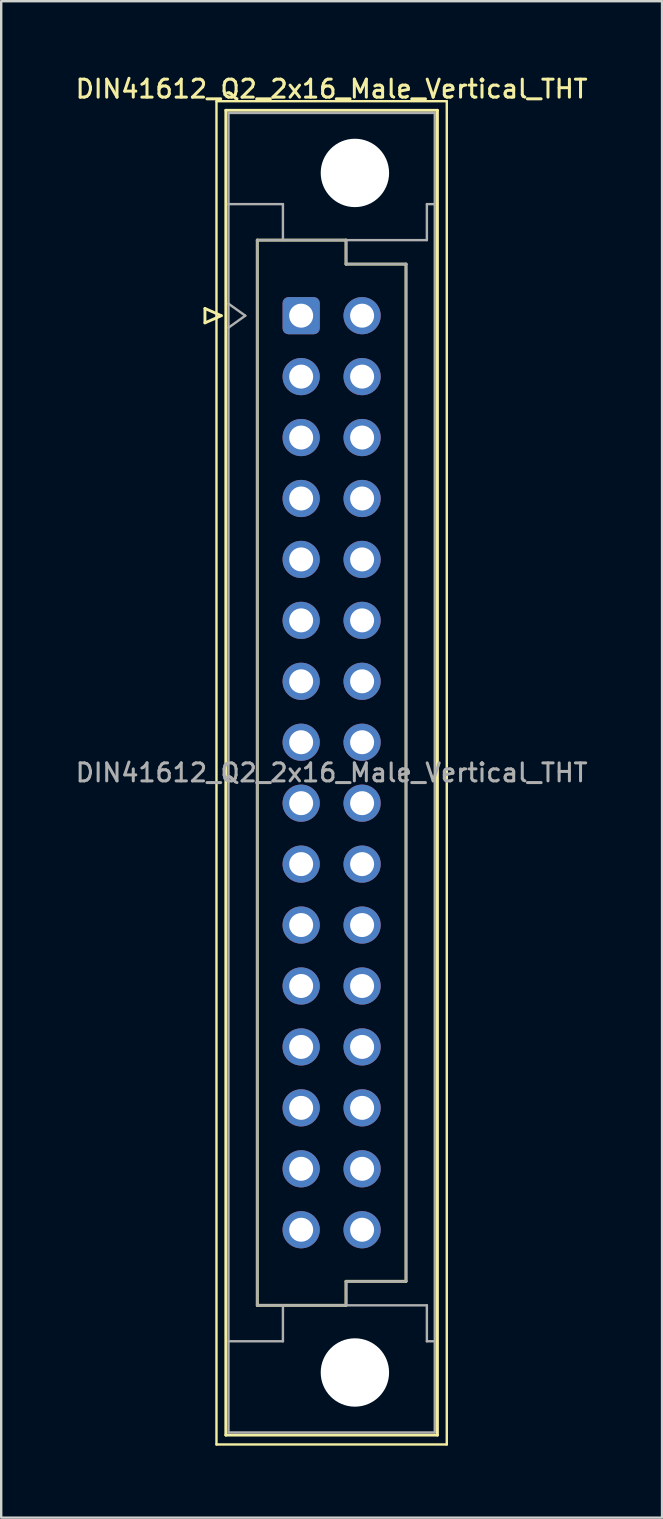
<source format=kicad_pcb>
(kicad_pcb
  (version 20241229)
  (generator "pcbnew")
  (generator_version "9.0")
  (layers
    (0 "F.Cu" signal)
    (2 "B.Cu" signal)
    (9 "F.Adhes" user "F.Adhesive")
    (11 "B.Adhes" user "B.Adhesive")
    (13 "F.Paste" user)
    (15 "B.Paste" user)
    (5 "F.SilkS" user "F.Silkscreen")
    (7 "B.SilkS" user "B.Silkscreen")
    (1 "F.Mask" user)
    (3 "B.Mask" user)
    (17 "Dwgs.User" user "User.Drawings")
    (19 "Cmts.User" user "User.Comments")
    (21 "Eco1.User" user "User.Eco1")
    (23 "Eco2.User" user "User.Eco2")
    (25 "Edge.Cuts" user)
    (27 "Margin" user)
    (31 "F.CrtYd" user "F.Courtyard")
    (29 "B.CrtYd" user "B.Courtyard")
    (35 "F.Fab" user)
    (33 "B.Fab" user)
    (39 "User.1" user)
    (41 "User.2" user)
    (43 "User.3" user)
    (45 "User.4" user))
  (footprint "DIN41612_Q2_2x16_Male_Vertical_THT"
    (layer "F.Cu")
    (at 9.503 10.108)
    (property "Reference" "DIN41612_Q2_2x16_Male_Vertical_THT" (at 1.27 -9.45 0) (layer "F.SilkS") (effects (font (size 0.75 0.75) (thickness 0.125))))
    (attr through_hole)
    (fp_line (start -4.01 -0.3) (end -4.01 0.3) (stroke (width 0.12) (type solid)) (layer "F.SilkS"))
    (fp_line (start -4.01 0.3) (end -3.33 0) (stroke (width 0.12) (type solid)) (layer "F.SilkS"))
    (fp_line (start -3.53 -8.94) (end 6.07 -8.94) (stroke (width 0.1) (type solid)) (layer "F.SilkS"))
    (fp_line (start -3.53 47.05) (end -3.53 -8.94) (stroke (width 0.1) (type solid)) (layer "F.SilkS"))
    (fp_line (start -3.33 0) (end -4.01 -0.3) (stroke (width 0.12) (type solid)) (layer "F.SilkS"))
    (fp_line (start -3.14 -8.56) (end 5.68 -8.56) (stroke (width 0.12) (type solid)) (layer "F.SilkS"))
    (fp_line (start -3.14 46.66) (end -3.14 -8.56) (stroke (width 0.12) (type solid)) (layer "F.SilkS"))
    (fp_line (start -1.83 -3.15) (end 1.87 -3.15) (stroke (width 0.12) (type solid)) (layer "F.SilkS"))
    (fp_line (start -1.83 41.25) (end -1.83 -3.15) (stroke (width 0.12) (type solid)) (layer "F.SilkS"))
    (fp_line (start 1.87 -3.15) (end 1.87 -2.15) (stroke (width 0.12) (type solid)) (layer "F.SilkS"))
    (fp_line (start 1.87 -2.15) (end 4.37 -2.15) (stroke (width 0.12) (type solid)) (layer "F.SilkS"))
    (fp_line (start 1.87 40.25) (end 1.87 41.25) (stroke (width 0.12) (type solid)) (layer "F.SilkS"))
    (fp_line (start 1.87 41.25) (end -1.83 41.25) (stroke (width 0.12) (type solid)) (layer "F.SilkS"))
    (fp_line (start 4.37 -2.15) (end 4.37 40.25) (stroke (width 0.12) (type solid)) (layer "F.SilkS"))
    (fp_line (start 4.37 40.25) (end 1.87 40.25) (stroke (width 0.12) (type solid)) (layer "F.SilkS"))
    (fp_line (start 5.68 -8.56) (end 5.68 46.66) (stroke (width 0.12) (type solid)) (layer "F.SilkS"))
    (fp_line (start 5.68 46.66) (end -3.14 46.66) (stroke (width 0.12) (type solid)) (layer "F.SilkS"))
    (fp_line (start 6.07 -8.94) (end 6.07 47.05) (stroke (width 0.1) (type solid)) (layer "F.SilkS"))
    (fp_line (start 6.07 47.05) (end -3.53 47.05) (stroke (width 0.1) (type solid)) (layer "F.SilkS"))
    (fp_line (start -3.03 -8.45) (end 5.57 -8.45) (stroke (width 0.1) (type solid)) (layer "F.Fab"))
    (fp_line (start -3.03 -4.65) (end -0.76 -4.65) (stroke (width 0.1) (type solid)) (layer "F.Fab"))
    (fp_line (start -3.03 -0.5) (end -2.33 0) (stroke (width 0.1) (type solid)) (layer "F.Fab"))
    (fp_line (start -3.03 42.75) (end -0.76 42.75) (stroke (width 0.1) (type solid)) (layer "F.Fab"))
    (fp_line (start -3.03 46.55) (end -3.03 -8.45) (stroke (width 0.1) (type solid)) (layer "F.Fab"))
    (fp_line (start -2.33 0) (end -3.03 0.5) (stroke (width 0.1) (type solid)) (layer "F.Fab"))
    (fp_line (start -1.83 -3.15) (end 1.87 -3.15) (stroke (width 0.1) (type solid)) (layer "F.Fab"))
    (fp_line (start -1.83 41.25) (end -1.83 -3.15) (stroke (width 0.1) (type solid)) (layer "F.Fab"))
    (fp_line (start -0.76 -4.65) (end -0.76 -3.15) (stroke (width 0.1) (type solid)) (layer "F.Fab"))
    (fp_line (start -0.76 42.75) (end -0.76 41.25) (stroke (width 0.1) (type solid)) (layer "F.Fab"))
    (fp_line (start 1.87 -3.15) (end 1.87 -2.15) (stroke (width 0.1) (type solid)) (layer "F.Fab"))
    (fp_line (start 1.87 -3.15) (end 5.24 -3.15) (stroke (width 0.1) (type solid)) (layer "F.Fab"))
    (fp_line (start 1.87 -2.15) (end 4.37 -2.15) (stroke (width 0.1) (type solid)) (layer "F.Fab"))
    (fp_line (start 1.87 40.25) (end 1.87 41.25) (stroke (width 0.1) (type solid)) (layer "F.Fab"))
    (fp_line (start 1.87 41.25) (end -1.83 41.25) (stroke (width 0.1) (type solid)) (layer "F.Fab"))
    (fp_line (start 1.87 41.25) (end 5.24 41.25) (stroke (width 0.1) (type solid)) (layer "F.Fab"))
    (fp_line (start 4.37 -2.15) (end 4.37 40.25) (stroke (width 0.1) (type solid)) (layer "F.Fab"))
    (fp_line (start 4.37 40.25) (end 1.87 40.25) (stroke (width 0.1) (type solid)) (layer "F.Fab"))
    (fp_line (start 5.24 -4.65) (end 5.57 -4.65) (stroke (width 0.1) (type solid)) (layer "F.Fab"))
    (fp_line (start 5.24 -3.15) (end 5.24 -4.65) (stroke (width 0.1) (type solid)) (layer "F.Fab"))
    (fp_line (start 5.24 41.25) (end 5.24 42.75) (stroke (width 0.1) (type solid)) (layer "F.Fab"))
    (fp_line (start 5.24 42.75) (end 5.57 42.75) (stroke (width 0.1) (type solid)) (layer "F.Fab"))
    (fp_line (start 5.57 -8.45) (end 5.57 46.55) (stroke (width 0.1) (type solid)) (layer "F.Fab"))
    (fp_line (start 5.57 46.55) (end -3.03 46.55) (stroke (width 0.1) (type solid)) (layer "F.Fab"))
    (fp_text user "${REFERENCE}" (at 1.27 19.05 0) (layer "F.Fab") (effects (font (size 0.75 0.75) (thickness 0.125))))
    (pad "" np_thru_hole circle (at 2.24 -5.95) (size 2.85 2.85) (drill 2.85) (layers "*.Cu" "*.Mask"))
    (pad "" np_thru_hole circle (at 2.24 44.05) (size 2.85 2.85) (drill 2.85) (layers "*.Cu" "*.Mask"))
    (pad "a1" thru_hole roundrect (at 0 0) (size 1.55 1.55) (drill 1) (layers "*.Cu" "*.Mask") (roundrect_rratio 0.161))
    (pad "a2" thru_hole circle (at 0 2.54) (size 1.55 1.55) (drill 1) (layers "*.Cu" "*.Mask"))
    (pad "a3" thru_hole circle (at 0 5.08) (size 1.55 1.55) (drill 1) (layers "*.Cu" "*.Mask"))
    (pad "a4" thru_hole circle (at 0 7.62) (size 1.55 1.55) (drill 1) (layers "*.Cu" "*.Mask"))
    (pad "a5" thru_hole circle (at 0 10.16) (size 1.55 1.55) (drill 1) (layers "*.Cu" "*.Mask"))
    (pad "a6" thru_hole circle (at 0 12.7) (size 1.55 1.55) (drill 1) (layers "*.Cu" "*.Mask"))
    (pad "a7" thru_hole circle (at 0 15.24) (size 1.55 1.55) (drill 1) (layers "*.Cu" "*.Mask"))
    (pad "a8" thru_hole circle (at 0 17.78) (size 1.55 1.55) (drill 1) (layers "*.Cu" "*.Mask"))
    (pad "a9" thru_hole circle (at 0 20.32) (size 1.55 1.55) (drill 1) (layers "*.Cu" "*.Mask"))
    (pad "a10" thru_hole circle (at 0 22.86) (size 1.55 1.55) (drill 1) (layers "*.Cu" "*.Mask"))
    (pad "a11" thru_hole circle (at 0 25.4) (size 1.55 1.55) (drill 1) (layers "*.Cu" "*.Mask"))
    (pad "a12" thru_hole circle (at 0 27.94) (size 1.55 1.55) (drill 1) (layers "*.Cu" "*.Mask"))
    (pad "a13" thru_hole circle (at 0 30.48) (size 1.55 1.55) (drill 1) (layers "*.Cu" "*.Mask"))
    (pad "a14" thru_hole circle (at 0 33.02) (size 1.55 1.55) (drill 1) (layers "*.Cu" "*.Mask"))
    (pad "a15" thru_hole circle (at 0 35.56) (size 1.55 1.55) (drill 1) (layers "*.Cu" "*.Mask"))
    (pad "a16" thru_hole circle (at 0 38.1) (size 1.55 1.55) (drill 1) (layers "*.Cu" "*.Mask"))
    (pad "b1" thru_hole circle (at 2.54 0) (size 1.55 1.55) (drill 1) (layers "*.Cu" "*.Mask"))
    (pad "b2" thru_hole circle (at 2.54 2.54) (size 1.55 1.55) (drill 1) (layers "*.Cu" "*.Mask"))
    (pad "b3" thru_hole circle (at 2.54 5.08) (size 1.55 1.55) (drill 1) (layers "*.Cu" "*.Mask"))
    (pad "b4" thru_hole circle (at 2.54 7.62) (size 1.55 1.55) (drill 1) (layers "*.Cu" "*.Mask"))
    (pad "b5" thru_hole circle (at 2.54 10.16) (size 1.55 1.55) (drill 1) (layers "*.Cu" "*.Mask"))
    (pad "b6" thru_hole circle (at 2.54 12.7) (size 1.55 1.55) (drill 1) (layers "*.Cu" "*.Mask"))
    (pad "b7" thru_hole circle (at 2.54 15.24) (size 1.55 1.55) (drill 1) (layers "*.Cu" "*.Mask"))
    (pad "b8" thru_hole circle (at 2.54 17.78) (size 1.55 1.55) (drill 1) (layers "*.Cu" "*.Mask"))
    (pad "b9" thru_hole circle (at 2.54 20.32) (size 1.55 1.55) (drill 1) (layers "*.Cu" "*.Mask"))
    (pad "b10" thru_hole circle (at 2.54 22.86) (size 1.55 1.55) (drill 1) (layers "*.Cu" "*.Mask"))
    (pad "b11" thru_hole circle (at 2.54 25.4) (size 1.55 1.55) (drill 1) (layers "*.Cu" "*.Mask"))
    (pad "b12" thru_hole circle (at 2.54 27.94) (size 1.55 1.55) (drill 1) (layers "*.Cu" "*.Mask"))
    (pad "b13" thru_hole circle (at 2.54 30.48) (size 1.55 1.55) (drill 1) (layers "*.Cu" "*.Mask"))
    (pad "b14" thru_hole circle (at 2.54 33.02) (size 1.55 1.55) (drill 1) (layers "*.Cu" "*.Mask"))
    (pad "b15" thru_hole circle (at 2.54 35.56) (size 1.55 1.55) (drill 1) (layers "*.Cu" "*.Mask"))
    (pad "b16" thru_hole circle (at 2.54 38.1) (size 1.55 1.55) (drill 1) (layers "*.Cu" "*.Mask")))
  (gr_rect
    (start -3 -3)
    (end 24.546 60.208)
    (stroke (width 0.1) (type default))
    (fill no)
    (layer "Edge.Cuts")))
</source>
